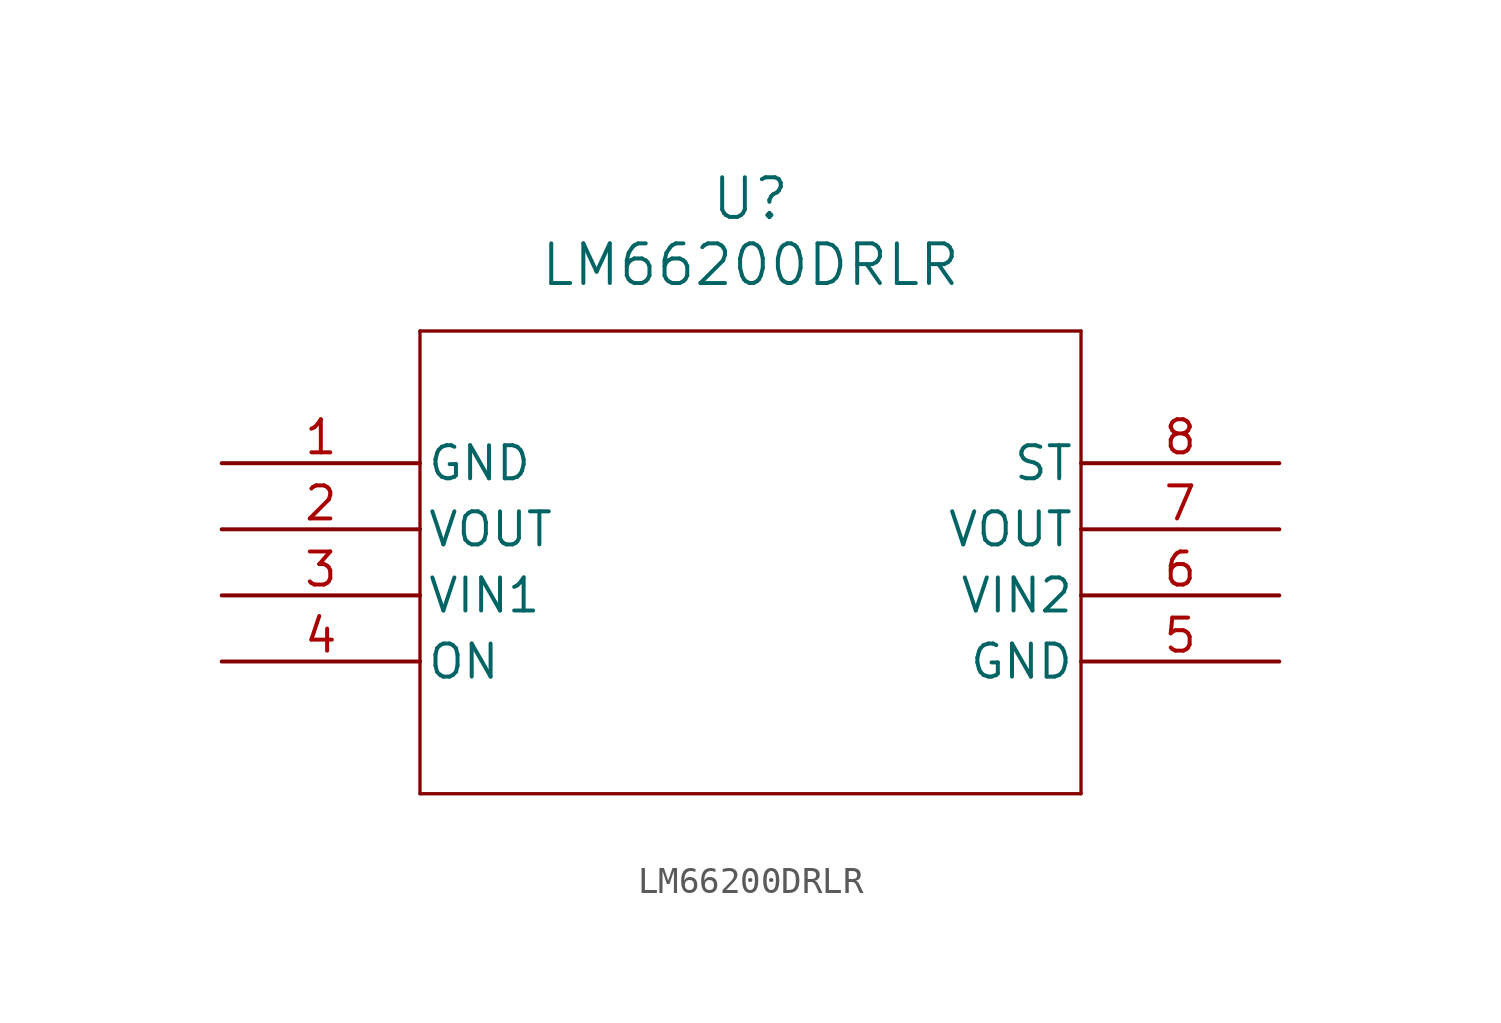
<source format=kicad_sym>
(kicad_symbol_lib
  (version 20231120)
  (generator "kicad_symbol_editor")
  (generator_version "8.0")
  (symbol "LM66200DRLR"
    (pin_names
      (offset 0.254))
    (property "Reference" "U"
      (at 20.32 10.16 0)
      (effects (font (size 1.524 1.524))))
    (property "Value" "LM66200DRLR"
      (at 20.32 7.62 0)
      (effects (font (size 1.524 1.524))))
    (symbol "LM66200DRLR_0_1"
      (polyline (pts (xy 7.62 -12.7) (xy 33.02 -12.7)) (stroke (width 0.127) (type default)) (fill (type none)))
      (polyline (pts (xy 7.62 5.08) (xy 7.62 -12.7)) (stroke (width 0.127) (type default)) (fill (type none)))
      (polyline (pts (xy 33.02 -12.7) (xy 33.02 5.08)) (stroke (width 0.127) (type default)) (fill (type none)))
      (polyline (pts (xy 33.02 5.08) (xy 7.62 5.08)) (stroke (width 0.127) (type default)) (fill (type none)))
      (pin power_out line (at 0 0 0) (length 7.62) (name "GND" (effects (font (size 1.27 1.27)))) (number "1" (effects (font (size 1.27 1.27)))))
      (pin power_in line (at 0 -2.54 0) (length 7.62) (name "VOUT" (effects (font (size 1.27 1.27)))) (number "2" (effects (font (size 1.27 1.27)))))
      (pin input line (at 0 -5.08 0) (length 7.62) (name "VIN1" (effects (font (size 1.27 1.27)))) (number "3" (effects (font (size 1.27 1.27)))))
      (pin input line (at 0 -7.62 0) (length 7.62) (name "ON" (effects (font (size 1.27 1.27)))) (number "4" (effects (font (size 1.27 1.27)))))
      (pin power_out line (at 40.64 -7.62 180) (length 7.62) (name "GND" (effects (font (size 1.27 1.27)))) (number "5" (effects (font (size 1.27 1.27)))))
      (pin input line (at 40.64 -5.08 180) (length 7.62) (name "VIN2" (effects (font (size 1.27 1.27)))) (number "6" (effects (font (size 1.27 1.27)))))
      (pin output line (at 40.64 -2.54 180) (length 7.62) (name "VOUT" (effects (font (size 1.27 1.27)))) (number "7" (effects (font (size 1.27 1.27)))))
      (pin output line (at 40.64 0 180) (length 7.62) (name "ST" (effects (font (size 1.27 1.27)))) (number "8" (effects (font (size 1.27 1.27))))))))
</source>
